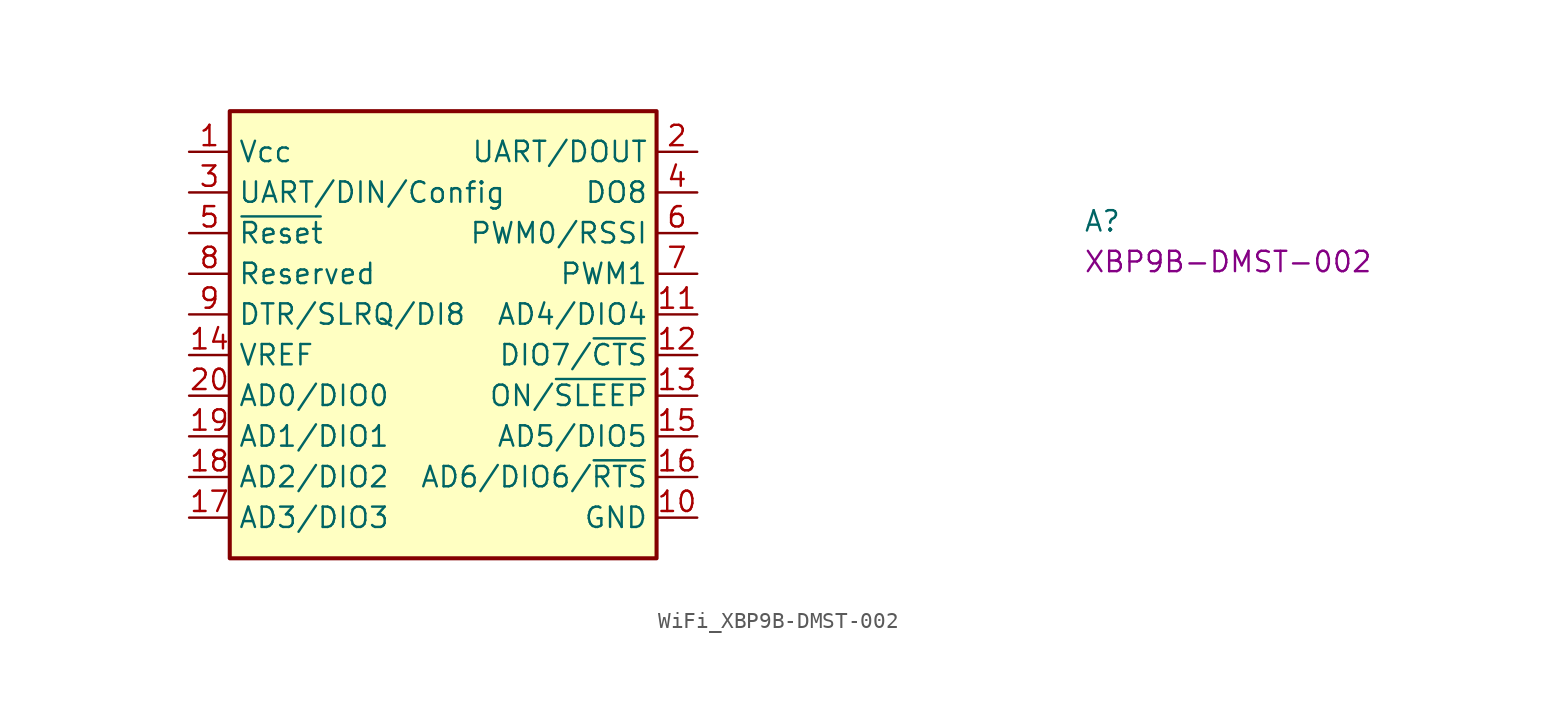
<source format=kicad_sym>
(kicad_symbol_lib
  (version 20220914)
  (generator kicad_symbol_editor)
  (symbol "WiFi_XBP9B-DMST-002"
    (property "Reference" "A"
      (at 55.88 -5.08 0)
      (effects (font (size 1.27 1.27) (thickness 0.15)) (justify left bottom)))
    (property "MPN" "XBP9B-DMST-002"
      (at 55.88 -7.62 0)
      (effects (font (size 1.27 1.27) (thickness 0.15)) (justify left bottom)))
    (symbol "WiFi_XBP9B-DMST-002_1_1"
      (rectangle (start 2.54 2.54) (end 29.21 -25.4) (stroke (width 0.254) (type default)) (fill (type background)))
      (pin power_in line (at 0 0 0) (length 2.54) (name "Vcc" (effects (font (size 1.27 1.27)))) (number "1" (effects (font (size 1.27 1.27)))))
      (pin power_in line (at 31.75 -22.86 180) (length 2.54) (name "GND" (effects (font (size 1.27 1.27)))) (number "10" (effects (font (size 1.27 1.27)))))
      (pin bidirectional line (at 31.75 -10.16 180) (length 2.54) (name "AD4/DIO4" (effects (font (size 1.27 1.27)))) (number "11" (effects (font (size 1.27 1.27)))))
      (pin bidirectional line (at 31.75 -12.7 180) (length 2.54) (name "DIO7/~{CTS}" (effects (font (size 1.27 1.27)))) (number "12" (effects (font (size 1.27 1.27)))))
      (pin output line (at 31.75 -15.24 180) (length 2.54) (name "ON/~{SLEEP}" (effects (font (size 1.27 1.27)))) (number "13" (effects (font (size 1.27 1.27)))))
      (pin input line (at 0 -12.7 0) (length 2.54) (name "VREF" (effects (font (size 1.27 1.27)))) (number "14" (effects (font (size 1.27 1.27)))))
      (pin bidirectional line (at 31.75 -17.78 180) (length 2.54) (name "AD5/DIO5" (effects (font (size 1.27 1.27)))) (number "15" (effects (font (size 1.27 1.27)))))
      (pin bidirectional line (at 31.75 -20.32 180) (length 2.54) (name "AD6/DIO6/~{RTS}" (effects (font (size 1.27 1.27)))) (number "16" (effects (font (size 1.27 1.27)))))
      (pin bidirectional line (at 0 -22.86 0) (length 2.54) (name "AD3/DIO3" (effects (font (size 1.27 1.27)))) (number "17" (effects (font (size 1.27 1.27)))))
      (pin bidirectional line (at 0 -20.32 0) (length 2.54) (name "AD2/DIO2" (effects (font (size 1.27 1.27)))) (number "18" (effects (font (size 1.27 1.27)))))
      (pin bidirectional line (at 0 -17.78 0) (length 2.54) (name "AD1/DIO1" (effects (font (size 1.27 1.27)))) (number "19" (effects (font (size 1.27 1.27)))))
      (pin output line (at 31.75 0 180) (length 2.54) (name "UART/DOUT" (effects (font (size 1.27 1.27)))) (number "2" (effects (font (size 1.27 1.27)))))
      (pin bidirectional line (at 0 -15.24 0) (length 2.54) (name "AD0/DIO0" (effects (font (size 1.27 1.27)))) (number "20" (effects (font (size 1.27 1.27)))))
      (pin input line (at 0 -2.54 0) (length 2.54) (name "UART/DIN/Config" (effects (font (size 1.27 1.27)))) (number "3" (effects (font (size 1.27 1.27)))))
      (pin output line (at 31.75 -2.54 180) (length 2.54) (name "DO8" (effects (font (size 1.27 1.27)))) (number "4" (effects (font (size 1.27 1.27)))))
      (pin input line (at 0 -5.08 0) (length 2.54) (name "~{Reset}" (effects (font (size 1.27 1.27)))) (number "5" (effects (font (size 1.27 1.27)))))
      (pin output line (at 31.75 -5.08 180) (length 2.54) (name "PWM0/RSSI" (effects (font (size 1.27 1.27)))) (number "6" (effects (font (size 1.27 1.27)))))
      (pin output line (at 31.75 -7.62 180) (length 2.54) (name "PWM1" (effects (font (size 1.27 1.27)))) (number "7" (effects (font (size 1.27 1.27)))))
      (pin bidirectional line (at 0 -7.62 0) (length 2.54) (name "Reserved" (effects (font (size 1.27 1.27)))) (number "8" (effects (font (size 1.27 1.27)))))
      (pin input line (at 0 -10.16 0) (length 2.54) (name "DTR/SLRQ/DI8" (effects (font (size 1.27 1.27)))) (number "9" (effects (font (size 1.27 1.27))))))))
</source>
